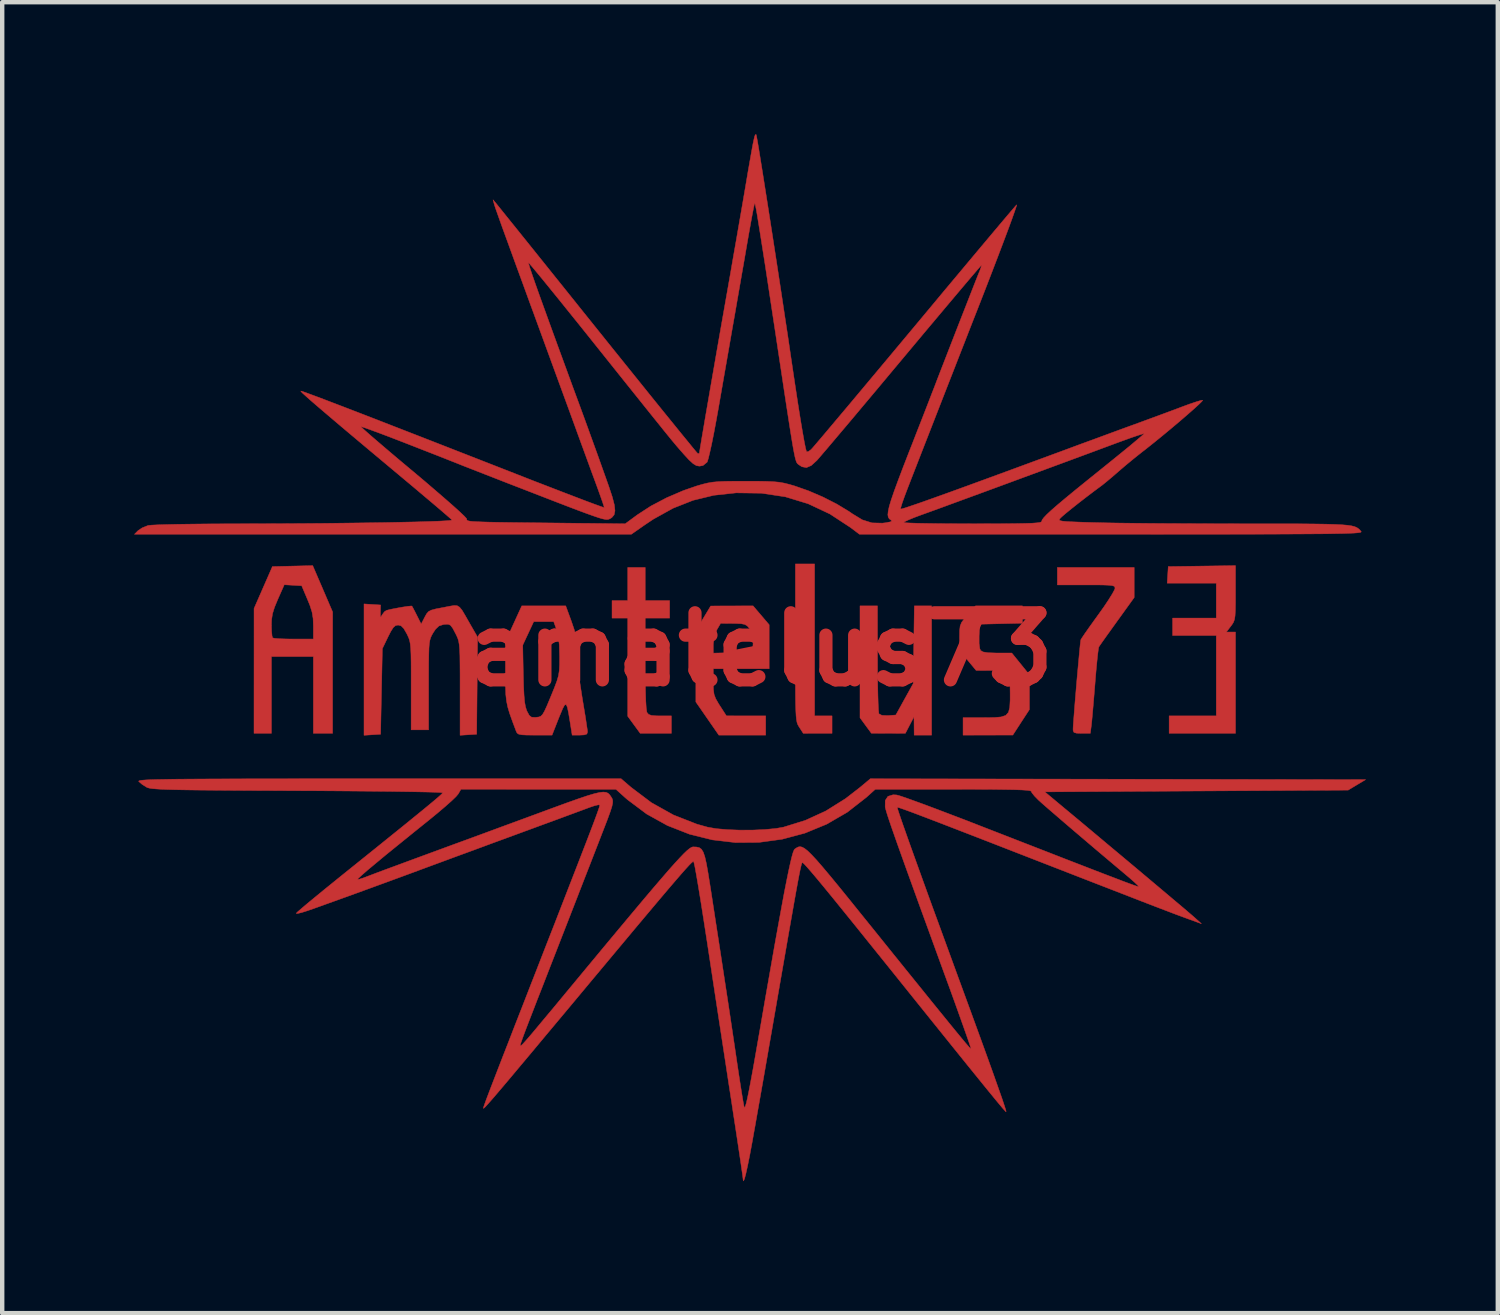
<source format=kicad_pcb>
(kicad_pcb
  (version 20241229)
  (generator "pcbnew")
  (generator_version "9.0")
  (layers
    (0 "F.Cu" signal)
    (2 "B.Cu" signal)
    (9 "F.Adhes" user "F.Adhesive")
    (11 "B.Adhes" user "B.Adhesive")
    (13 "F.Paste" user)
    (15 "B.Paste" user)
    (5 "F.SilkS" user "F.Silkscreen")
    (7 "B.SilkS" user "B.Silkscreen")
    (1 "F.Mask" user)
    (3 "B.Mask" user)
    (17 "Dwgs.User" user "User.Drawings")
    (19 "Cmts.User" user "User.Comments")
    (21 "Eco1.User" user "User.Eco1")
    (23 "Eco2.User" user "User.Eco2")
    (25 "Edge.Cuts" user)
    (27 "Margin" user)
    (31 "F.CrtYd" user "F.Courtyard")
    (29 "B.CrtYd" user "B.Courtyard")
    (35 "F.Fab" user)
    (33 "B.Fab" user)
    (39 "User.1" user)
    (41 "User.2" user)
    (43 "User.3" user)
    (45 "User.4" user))
  (footprint "amatelus73"
    (layer "F.Cu")
    (at 14.231 11.71)
    (property "Reference" "amatelus73" (at 0 0 0) (layer "F.Cu") (effects (font (size 1.524 1.524) (thickness 0.3))))
    (attr through_hole)
    (fp_poly (pts (xy 1.23 1.508) (xy 1.627 1.508) (xy 1.627 1.905) (xy 1.3 1.905) (xy 0.972 1.904) (xy 0.883 1.766) (xy 0.862 1.732) (xy 0.844 1.697) (xy 0.83 1.654) (xy 0.819 1.594) (xy 0.81 1.511) (xy 0.804 1.397) (xy 0.799 1.245) (xy 0.796 1.048) (xy 0.795 0.798) (xy 0.794 0.488) (xy 0.794 0.11) (xy 0.794 -0.158) (xy 0.794 -1.945) (xy 1.23 -1.945) (xy 1.23 1.508)) (stroke (width 0.01) (type solid)) (fill yes) (layer "F.Cu"))
    (fp_poly (pts (xy 10.795 -1.288) (xy 10.795 -1.053) (xy 10.792 -0.884) (xy 10.785 -0.765) (xy 10.772 -0.683) (xy 10.751 -0.623) (xy 10.719 -0.571) (xy 10.691 -0.533) (xy 10.587 -0.397) (xy 10.795 -0.397) (xy 10.795 1.905) (xy 9.287 1.905) (xy 9.287 1.508) (xy 10.358 1.508) (xy 10.358 -0.318) (xy 9.366 -0.318) (xy 9.366 -0.714) (xy 10.358 -0.714) (xy 10.358 -1.508) (xy 9.243 -1.508) (xy 9.255 -1.697) (xy 9.267 -1.885) (xy 10.031 -1.896) (xy 10.795 -1.907) (xy 10.795 -1.288)) (stroke (width 0.01) (type solid)) (fill yes) (layer "F.Cu"))
    (fp_poly (pts (xy -2.619 -1.111) (xy -2.064 -1.111) (xy -2.064 -0.714) (xy -2.619 -0.714) (xy -2.619 0.32) (xy -2.618 0.654) (xy -2.613 0.937) (xy -2.606 1.163) (xy -2.596 1.325) (xy -2.583 1.417) (xy -2.578 1.431) (xy -2.542 1.474) (xy -2.477 1.498) (xy -2.364 1.507) (xy -2.281 1.508) (xy -2.024 1.508) (xy -2.024 1.905) (xy -2.732 1.905) (xy -2.874 1.711) (xy -3.016 1.517) (xy -3.016 -0.714) (xy -3.373 -0.714) (xy -3.373 -1.111) (xy -3.016 -1.111) (xy -3.016 -1.865) (xy -2.619 -1.865) (xy -2.619 -1.111)) (stroke (width 0.01) (type solid)) (fill yes) (layer "F.Cu"))
    (fp_poly (pts (xy 2.66 0.208) (xy 2.661 0.511) (xy 2.664 0.789) (xy 2.669 1.032) (xy 2.675 1.231) (xy 2.682 1.374) (xy 2.69 1.451) (xy 2.693 1.461) (xy 2.76 1.496) (xy 2.893 1.501) (xy 2.901 1.501) (xy 3.076 1.488) (xy 3.273 1.131) (xy 3.471 0.774) (xy 3.484 -0.109) (xy 3.497 -0.992) (xy 3.889 -0.992) (xy 3.889 1.945) (xy 3.493 1.945) (xy 3.491 1.736) (xy 3.489 1.528) (xy 3.391 1.716) (xy 3.293 1.905) (xy 2.906 1.903) (xy 2.52 1.902) (xy 2.262 1.551) (xy 2.262 -0.992) (xy 2.659 -0.992) (xy 2.66 0.208)) (stroke (width 0.01) (type solid)) (fill yes) (layer "F.Cu"))
    (fp_poly (pts (xy -9.948 -1.38) (xy -9.722 -0.853) (xy -9.723 0.526) (xy -9.723 1.905) (xy -10.16 1.905) (xy -10.16 0.159) (xy -11.113 0.159) (xy -11.113 1.905) (xy -11.509 1.905) (xy -11.508 -0.552) (xy -11.113 -0.552) (xy -11.109 -0.415) (xy -11.099 -0.311) (xy -11.086 -0.265) (xy -11.038 -0.254) (xy -10.928 -0.245) (xy -10.772 -0.24) (xy -10.61 -0.238) (xy -10.16 -0.238) (xy -10.16 -0.532) (xy -10.166 -0.705) (xy -10.19 -0.851) (xy -10.239 -1.005) (xy -10.293 -1.137) (xy -10.425 -1.449) (xy -10.821 -1.472) (xy -10.967 -1.143) (xy -11.043 -0.959) (xy -11.088 -0.815) (xy -11.109 -0.679) (xy -11.113 -0.552) (xy -11.508 -0.552) (xy -11.508 -0.933) (xy -11.091 -1.885) (xy -10.633 -1.896) (xy -10.175 -1.907) (xy -9.948 -1.38)) (stroke (width 0.01) (type solid)) (fill yes) (layer "F.Cu"))
    (fp_poly (pts (xy 0.198 -0.563) (xy 0.198 0.437) (xy -1.072 0.437) (xy -1.072 0.741) (xy -1.069 0.903) (xy -1.054 1.018) (xy -1.018 1.116) (xy -0.953 1.229) (xy -0.923 1.276) (xy -0.774 1.507) (xy -0.327 1.508) (xy 0.119 1.508) (xy 0.119 1.945) (xy -0.946 1.945) (xy -1.207 1.568) (xy -1.468 1.191) (xy -1.468 -0.115) (xy -1.072 -0.115) (xy -1.072 0.082) (xy -0.179 0.06) (xy -0.167 -0.15) (xy -0.167 -0.293) (xy -0.193 -0.392) (xy -0.246 -0.475) (xy -0.3 -0.536) (xy -0.357 -0.571) (xy -0.441 -0.587) (xy -0.575 -0.593) (xy -0.621 -0.593) (xy -0.905 -0.595) (xy -0.988 -0.454) (xy -1.059 -0.26) (xy -1.072 -0.115) (xy -1.468 -0.115) (xy -1.468 -0.428) (xy -1.3 -0.708) (xy -1.131 -0.989) (xy -0.168 -0.992) (xy 0.198 -0.563)) (stroke (width 0.01) (type solid)) (fill yes) (layer "F.Cu"))
    (fp_poly (pts (xy 5.953 -0.598) (xy 5.467 -0.587) (xy 4.981 -0.575) (xy 4.969 -0.304) (xy 4.969 -0.137) (xy 4.985 -0.019) (xy 5.004 0.023) (xy 5.06 0.055) (xy 5.173 0.073) (xy 5.353 0.079) (xy 5.381 0.079) (xy 5.711 0.079) (xy 5.912 0.327) (xy 6.112 0.574) (xy 6.112 1.364) (xy 5.923 1.654) (xy 5.735 1.944) (xy 4.604 1.945) (xy 4.604 1.548) (xy 5.078 1.548) (xy 5.307 1.546) (xy 5.468 1.532) (xy 5.574 1.497) (xy 5.636 1.428) (xy 5.665 1.315) (xy 5.674 1.147) (xy 5.674 0.993) (xy 5.671 0.783) (xy 5.655 0.639) (xy 5.616 0.549) (xy 5.542 0.5) (xy 5.424 0.48) (xy 5.251 0.476) (xy 5.234 0.476) (xy 4.901 0.475) (xy 4.713 0.248) (xy 4.617 0.13) (xy 4.561 0.043) (xy 4.534 -0.043) (xy 4.525 -0.157) (xy 4.524 -0.278) (xy 4.526 -0.432) (xy 4.538 -0.534) (xy 4.57 -0.615) (xy 4.633 -0.7) (xy 4.706 -0.785) (xy 4.888 -0.992) (xy 5.953 -0.992) (xy 5.953 -0.598)) (stroke (width 0.01) (type solid)) (fill yes) (layer "F.Cu"))
    (fp_poly (pts (xy 8.493 -1.182) (xy 8.103 -0.641) (xy 7.972 -0.459) (xy 7.856 -0.297) (xy 7.765 -0.169) (xy 7.707 -0.085) (xy 7.689 -0.058) (xy 7.679 -0.007) (xy 7.664 0.11) (xy 7.646 0.281) (xy 7.626 0.493) (xy 7.606 0.733) (xy 7.603 0.775) (xy 7.582 1.03) (xy 7.562 1.269) (xy 7.544 1.475) (xy 7.529 1.635) (xy 7.519 1.732) (xy 7.518 1.736) (xy 7.496 1.905) (xy 7.3 1.905) (xy 7.183 1.901) (xy 7.125 1.884) (xy 7.106 1.844) (xy 7.104 1.812) (xy 7.107 1.739) (xy 7.117 1.603) (xy 7.131 1.42) (xy 7.148 1.202) (xy 7.168 0.962) (xy 7.189 0.713) (xy 7.211 0.469) (xy 7.232 0.242) (xy 7.25 0.047) (xy 7.265 -0.105) (xy 7.276 -0.198) (xy 7.28 -0.222) (xy 7.308 -0.268) (xy 7.374 -0.366) (xy 7.471 -0.504) (xy 7.59 -0.67) (xy 7.676 -0.789) (xy 7.805 -0.97) (xy 7.915 -1.135) (xy 7.998 -1.269) (xy 8.047 -1.36) (xy 8.057 -1.39) (xy 8.053 -1.419) (xy 8.034 -1.44) (xy 7.988 -1.454) (xy 7.905 -1.462) (xy 7.774 -1.467) (xy 7.582 -1.468) (xy 7.402 -1.468) (xy 6.747 -1.468) (xy 6.747 -1.865) (xy 8.493 -1.865) (xy 8.493 -1.182)) (stroke (width 0.01) (type solid)) (fill yes) (layer "F.Cu"))
    (fp_poly (pts (xy -4.925 -0.992) (xy -4.425 -0.992) (xy -4.296 -0.64) (xy -4.23 -0.446) (xy -4.19 -0.287) (xy -4.172 -0.128) (xy -4.167 0.064) (xy -4.159 0.248) (xy -4.136 0.49) (xy -4.101 0.768) (xy -4.056 1.061) (xy -4.048 1.111) (xy -4.01 1.341) (xy -3.976 1.546) (xy -3.951 1.714) (xy -3.934 1.829) (xy -3.93 1.875) (xy -3.945 1.92) (xy -4.005 1.94) (xy -4.104 1.945) (xy -4.279 1.945) (xy -4.325 1.657) (xy -4.36 1.446) (xy -4.388 1.311) (xy -4.416 1.25) (xy -4.45 1.261) (xy -4.494 1.342) (xy -4.556 1.49) (xy -4.584 1.559) (xy -4.736 1.945) (xy -5.127 1.945) (xy -5.307 1.944) (xy -5.423 1.938) (xy -5.492 1.924) (xy -5.529 1.9) (xy -5.55 1.861) (xy -5.552 1.855) (xy -5.638 1.626) (xy -5.701 1.448) (xy -5.744 1.303) (xy -5.771 1.168) (xy -5.787 1.025) (xy -5.793 0.852) (xy -5.795 0.629) (xy -5.795 0.504) (xy -5.795 -0.1) (xy -5.402 -0.1) (xy -5.389 0.575) (xy -5.382 0.842) (xy -5.372 1.043) (xy -5.359 1.191) (xy -5.34 1.298) (xy -5.315 1.379) (xy -5.306 1.401) (xy -5.254 1.497) (xy -5.201 1.538) (xy -5.117 1.542) (xy -5.095 1.54) (xy -5.036 1.533) (xy -4.991 1.515) (xy -4.951 1.475) (xy -4.907 1.399) (xy -4.851 1.277) (xy -4.775 1.095) (xy -4.759 1.056) (xy -4.679 0.86) (xy -4.624 0.713) (xy -4.59 0.595) (xy -4.572 0.481) (xy -4.565 0.349) (xy -4.564 0.176) (xy -4.564 0.163) (xy -4.571 -0.098) (xy -4.593 -0.296) (xy -4.631 -0.446) (xy -4.699 -0.635) (xy -5.152 -0.635) (xy -5.402 -0.1) (xy -5.795 -0.1) (xy -5.795 -0.179) (xy -5.61 -0.585) (xy -5.424 -0.992) (xy -4.925 -0.992)) (stroke (width 0.01) (type solid)) (fill yes) (layer "F.Cu"))
    (fp_poly (pts (xy -8.821 -1.024) (xy -8.632 -1.012) (xy -8.637 -0.853) (xy -8.637 -0.759) (xy -8.628 -0.736) (xy -8.605 -0.775) (xy -8.601 -0.783) (xy -8.545 -0.859) (xy -8.497 -0.89) (xy -8.4 -0.914) (xy -8.273 -0.939) (xy -8.138 -0.963) (xy -8.019 -0.981) (xy -7.94 -0.989) (xy -7.921 -0.988) (xy -7.897 -0.947) (xy -7.85 -0.857) (xy -7.809 -0.776) (xy -7.71 -0.579) (xy -7.629 -0.736) (xy -7.587 -0.812) (xy -7.544 -0.862) (xy -7.48 -0.895) (xy -7.377 -0.923) (xy -7.215 -0.954) (xy -7.204 -0.956) (xy -7.063 -0.984) (xy -6.964 -1) (xy -6.893 -0.996) (xy -6.836 -0.961) (xy -6.778 -0.889) (xy -6.707 -0.769) (xy -6.607 -0.593) (xy -6.592 -0.567) (xy -6.428 -0.282) (xy -6.449 1.925) (xy -6.638 1.937) (xy -6.826 1.949) (xy -6.826 0.894) (xy -6.826 0.577) (xy -6.828 0.329) (xy -6.83 0.139) (xy -6.836 -0.003) (xy -6.845 -0.108) (xy -6.858 -0.186) (xy -6.876 -0.248) (xy -6.9 -0.305) (xy -6.925 -0.356) (xy -6.991 -0.481) (xy -7.042 -0.55) (xy -7.096 -0.575) (xy -7.174 -0.572) (xy -7.212 -0.566) (xy -7.307 -0.535) (xy -7.385 -0.46) (xy -7.44 -0.376) (xy -7.471 -0.322) (xy -7.494 -0.271) (xy -7.512 -0.212) (xy -7.525 -0.135) (xy -7.533 -0.028) (xy -7.537 0.118) (xy -7.54 0.314) (xy -7.541 0.571) (xy -7.541 0.811) (xy -7.541 1.826) (xy -7.938 1.826) (xy -7.938 0.832) (xy -7.938 0.526) (xy -7.939 0.288) (xy -7.942 0.107) (xy -7.948 -0.028) (xy -7.958 -0.127) (xy -7.972 -0.201) (xy -7.992 -0.263) (xy -8.019 -0.322) (xy -8.037 -0.359) (xy -8.106 -0.478) (xy -8.166 -0.538) (xy -8.233 -0.556) (xy -8.235 -0.556) (xy -8.293 -0.544) (xy -8.344 -0.5) (xy -8.402 -0.408) (xy -8.463 -0.288) (xy -8.592 -0.02) (xy -8.612 0.953) (xy -8.632 1.925) (xy -8.821 1.937) (xy -9.009 1.949) (xy -9.009 -1.036) (xy -8.821 -1.024)) (stroke (width 0.01) (type solid)) (fill yes) (layer "F.Cu"))
    (fp_poly (pts (xy 8.124 2.947) (xy 13.752 2.957) (xy 13.553 3.076) (xy 13.355 3.195) (xy 9.909 3.215) (xy 6.462 3.235) (xy 6.914 3.612) (xy 7.246 3.888) (xy 7.582 4.169) (xy 7.917 4.45) (xy 8.245 4.724) (xy 8.56 4.988) (xy 8.855 5.236) (xy 9.125 5.463) (xy 9.362 5.663) (xy 9.562 5.831) (xy 9.717 5.963) (xy 9.822 6.053) (xy 9.862 6.088) (xy 10.021 6.231) (xy 9.704 6.116) (xy 9.585 6.072) (xy 9.425 6.013) (xy 9.221 5.935) (xy 8.967 5.838) (xy 8.661 5.72) (xy 8.298 5.579) (xy 7.873 5.414) (xy 7.383 5.224) (xy 6.823 5.006) (xy 6.787 4.992) (xy 6.167 4.751) (xy 5.617 4.537) (xy 5.134 4.349) (xy 4.713 4.186) (xy 4.351 4.046) (xy 4.043 3.927) (xy 3.787 3.829) (xy 3.579 3.75) (xy 3.414 3.688) (xy 3.288 3.642) (xy 3.199 3.611) (xy 3.142 3.592) (xy 3.113 3.586) (xy 3.108 3.586) (xy 3.118 3.627) (xy 3.154 3.738) (xy 3.216 3.919) (xy 3.302 4.164) (xy 3.411 4.471) (xy 3.543 4.838) (xy 3.695 5.26) (xy 3.867 5.736) (xy 4.059 6.261) (xy 4.268 6.833) (xy 4.493 7.449) (xy 4.563 7.64) (xy 4.785 8.246) (xy 4.98 8.781) (xy 5.148 9.244) (xy 5.289 9.636) (xy 5.402 9.956) (xy 5.489 10.203) (xy 5.547 10.377) (xy 5.578 10.477) (xy 5.582 10.504) (xy 5.572 10.498) (xy 5.546 10.47) (xy 5.5 10.419) (xy 5.434 10.34) (xy 5.344 10.232) (xy 5.228 10.09) (xy 5.083 9.912) (xy 4.907 9.695) (xy 4.697 9.436) (xy 4.452 9.132) (xy 4.168 8.779) (xy 3.843 8.375) (xy 3.474 7.916) (xy 3.06 7.4) (xy 2.838 7.124) (xy 2.47 6.667) (xy 2.15 6.269) (xy 1.873 5.927) (xy 1.639 5.638) (xy 1.443 5.399) (xy 1.284 5.207) (xy 1.159 5.059) (xy 1.066 4.952) (xy 1.002 4.882) (xy 0.964 4.847) (xy 0.953 4.842) (xy 0.945 4.849) (xy 0.934 4.874) (xy 0.921 4.924) (xy 0.903 5.003) (xy 0.88 5.117) (xy 0.85 5.273) (xy 0.813 5.476) (xy 0.767 5.732) (xy 0.712 6.047) (xy 0.645 6.426) (xy 0.567 6.875) (xy 0.534 7.064) (xy 0.429 7.668) (xy 0.337 8.2) (xy 0.256 8.666) (xy 0.185 9.074) (xy 0.123 9.431) (xy 0.069 9.741) (xy 0.021 10.013) (xy -0.021 10.252) (xy -0.059 10.466) (xy -0.093 10.66) (xy -0.125 10.842) (xy -0.157 11.017) (xy -0.184 11.172) (xy -0.242 11.484) (xy -0.292 11.733) (xy -0.333 11.917) (xy -0.364 12.032) (xy -0.385 12.076) (xy -0.395 12.045) (xy -0.396 12.029) (xy -0.402 11.979) (xy -0.419 11.859) (xy -0.445 11.678) (xy -0.48 11.443) (xy -0.522 11.163) (xy -0.57 10.847) (xy -0.623 10.503) (xy -0.653 10.303) (xy -0.72 9.87) (xy -0.792 9.396) (xy -0.868 8.9) (xy -0.944 8.404) (xy -1.017 7.928) (xy -1.083 7.493) (xy -1.13 7.183) (xy -1.216 6.618) (xy -1.292 6.128) (xy -1.357 5.716) (xy -1.412 5.38) (xy -1.456 5.123) (xy -1.489 4.942) (xy -1.512 4.84) (xy -1.521 4.816) (xy -1.535 4.82) (xy -1.567 4.847) (xy -1.619 4.899) (xy -1.694 4.981) (xy -1.795 5.095) (xy -1.924 5.244) (xy -2.085 5.432) (xy -2.28 5.662) (xy -2.512 5.938) (xy -2.784 6.261) (xy -3.098 6.637) (xy -3.457 7.067) (xy -3.853 7.541) (xy -4.262 8.032) (xy -4.624 8.465) (xy -4.941 8.844) (xy -5.215 9.173) (xy -5.451 9.454) (xy -5.65 9.692) (xy -5.816 9.889) (xy -5.952 10.049) (xy -6.06 10.176) (xy -6.144 10.272) (xy -6.206 10.342) (xy -6.249 10.389) (xy -6.277 10.416) (xy -6.291 10.426) (xy -6.295 10.426) (xy -6.296 10.419) (xy -6.292 10.4) (xy -6.28 10.365) (xy -6.26 10.308) (xy -6.23 10.225) (xy -6.187 10.112) (xy -6.131 9.964) (xy -6.058 9.775) (xy -5.968 9.542) (xy -5.859 9.26) (xy -5.728 8.925) (xy -5.575 8.53) (xy -5.396 8.073) (xy -5.192 7.548) (xy -5.119 7.362) (xy -4.879 6.745) (xy -4.665 6.199) (xy -4.478 5.717) (xy -4.315 5.297) (xy -4.174 4.935) (xy -4.054 4.625) (xy -3.953 4.364) (xy -3.87 4.148) (xy -3.803 3.972) (xy -3.751 3.833) (xy -3.712 3.726) (xy -3.684 3.647) (xy -3.665 3.592) (xy -3.655 3.556) (xy -3.651 3.536) (xy -3.651 3.533) (xy -3.685 3.529) (xy -3.773 3.55) (xy -3.897 3.592) (xy -3.899 3.593) (xy -3.998 3.63) (xy -4.16 3.69) (xy -4.374 3.769) (xy -4.628 3.863) (xy -4.912 3.967) (xy -5.213 4.078) (xy -5.358 4.131) (xy -5.717 4.263) (xy -6.11 4.407) (xy -6.515 4.557) (xy -6.911 4.702) (xy -7.276 4.837) (xy -7.58 4.949) (xy -8.004 5.106) (xy -8.426 5.261) (xy -8.836 5.411) (xy -9.223 5.552) (xy -9.577 5.68) (xy -9.886 5.791) (xy -10.139 5.882) (xy -10.292 5.935) (xy -10.421 5.976) (xy -10.513 5.998) (xy -10.55 5.996) (xy -10.55 5.994) (xy -10.517 5.961) (xy -10.429 5.885) (xy -10.295 5.771) (xy -10.12 5.627) (xy -9.914 5.458) (xy -9.683 5.271) (xy -9.625 5.224) (xy -9.156 5.224) (xy -9.114 5.219) (xy -9.022 5.19) (xy -8.946 5.161) (xy -8.864 5.13) (xy -8.717 5.074) (xy -8.516 4.999) (xy -8.269 4.908) (xy -7.988 4.804) (xy -7.681 4.691) (xy -7.382 4.581) (xy -7.018 4.447) (xy -6.632 4.306) (xy -6.243 4.163) (xy -5.867 4.024) (xy -5.521 3.897) (xy -5.225 3.788) (xy -5.1 3.742) (xy -4.715 3.6) (xy -4.398 3.484) (xy -4.141 3.393) (xy -3.937 3.324) (xy -3.779 3.277) (xy -3.66 3.249) (xy -3.572 3.239) (xy -3.509 3.245) (xy -3.463 3.266) (xy -3.427 3.3) (xy -3.395 3.346) (xy -3.393 3.349) (xy -3.369 3.39) (xy -3.357 3.434) (xy -3.359 3.491) (xy -3.377 3.574) (xy -3.416 3.693) (xy -3.476 3.858) (xy -3.562 4.081) (xy -3.611 4.207) (xy -3.692 4.416) (xy -3.793 4.676) (xy -3.906 4.967) (xy -4.022 5.264) (xy -4.132 5.547) (xy -4.135 5.556) (xy -4.253 5.859) (xy -4.389 6.208) (xy -4.531 6.572) (xy -4.668 6.924) (xy -4.785 7.223) (xy -4.944 7.633) (xy -5.078 7.974) (xy -5.186 8.254) (xy -5.273 8.478) (xy -5.34 8.653) (xy -5.389 8.784) (xy -5.423 8.879) (xy -5.445 8.941) (xy -5.456 8.979) (xy -5.458 8.998) (xy -5.457 9.003) (xy -5.448 9.004) (xy -5.43 8.992) (xy -5.4 8.963) (xy -5.351 8.91) (xy -5.279 8.828) (xy -5.18 8.712) (xy -5.05 8.556) (xy -4.883 8.356) (xy -4.674 8.106) (xy -4.421 7.8) (xy -4.4 7.775) (xy -3.964 7.249) (xy -3.576 6.781) (xy -3.232 6.368) (xy -2.929 6.006) (xy -2.666 5.692) (xy -2.439 5.424) (xy -2.244 5.197) (xy -2.081 5.008) (xy -1.944 4.854) (xy -1.832 4.733) (xy -1.742 4.639) (xy -1.671 4.571) (xy -1.615 4.525) (xy -1.573 4.498) (xy -1.541 4.486) (xy -1.528 4.485) (xy -1.451 4.488) (xy -1.389 4.503) (xy -1.34 4.539) (xy -1.299 4.606) (xy -1.263 4.713) (xy -1.228 4.868) (xy -1.19 5.082) (xy -1.145 5.363) (xy -1.133 5.437) (xy -1.013 6.218) (xy -0.904 6.924) (xy -0.807 7.561) (xy -0.72 8.13) (xy -0.644 8.638) (xy -0.577 9.087) (xy -0.533 9.386) (xy -0.493 9.654) (xy -0.455 9.898) (xy -0.422 10.107) (xy -0.395 10.267) (xy -0.376 10.369) (xy -0.369 10.398) (xy -0.358 10.405) (xy -0.343 10.377) (xy -0.322 10.309) (xy -0.296 10.195) (xy -0.262 10.03) (xy -0.22 9.81) (xy -0.168 9.529) (xy -0.107 9.182) (xy -0.034 8.764) (xy 0.003 8.553) (xy 0.12 7.875) (xy 0.226 7.272) (xy 0.319 6.74) (xy 0.403 6.275) (xy 0.476 5.875) (xy 0.539 5.534) (xy 0.595 5.25) (xy 0.642 5.02) (xy 0.682 4.838) (xy 0.715 4.703) (xy 0.742 4.609) (xy 0.765 4.554) (xy 0.778 4.536) (xy 0.82 4.507) (xy 0.859 4.487) (xy 0.9 4.48) (xy 0.946 4.49) (xy 1.003 4.521) (xy 1.074 4.577) (xy 1.163 4.664) (xy 1.274 4.783) (xy 1.411 4.941) (xy 1.579 5.141) (xy 1.781 5.386) (xy 2.021 5.682) (xy 2.304 6.033) (xy 2.56 6.35) (xy 2.956 6.842) (xy 3.306 7.276) (xy 3.611 7.653) (xy 3.874 7.979) (xy 4.098 8.255) (xy 4.285 8.485) (xy 4.438 8.672) (xy 4.56 8.82) (xy 4.652 8.931) (xy 4.719 9.009) (xy 4.761 9.056) (xy 4.783 9.077) (xy 4.786 9.078) (xy 4.776 9.039) (xy 4.741 8.934) (xy 4.684 8.77) (xy 4.608 8.555) (xy 4.516 8.297) (xy 4.411 8.004) (xy 4.295 7.683) (xy 4.242 7.539) (xy 4.01 6.903) (xy 3.805 6.338) (xy 3.623 5.839) (xy 3.465 5.402) (xy 3.328 5.023) (xy 3.212 4.699) (xy 3.114 4.425) (xy 3.034 4.197) (xy 2.969 4.011) (xy 2.919 3.863) (xy 2.881 3.748) (xy 2.856 3.664) (xy 2.84 3.605) (xy 2.834 3.576) (xy 2.836 3.43) (xy 2.897 3.337) (xy 3.013 3.301) (xy 3.095 3.305) (xy 3.161 3.323) (xy 3.293 3.367) (xy 3.482 3.435) (xy 3.721 3.522) (xy 4.001 3.627) (xy 4.314 3.746) (xy 4.653 3.875) (xy 4.943 3.988) (xy 5.55 4.224) (xy 6.087 4.433) (xy 6.558 4.616) (xy 6.968 4.776) (xy 7.32 4.912) (xy 7.619 5.028) (xy 7.869 5.124) (xy 8.074 5.202) (xy 8.238 5.265) (xy 8.365 5.312) (xy 8.46 5.347) (xy 8.526 5.37) (xy 8.568 5.383) (xy 8.59 5.388) (xy 8.596 5.388) (xy 8.573 5.358) (xy 8.502 5.29) (xy 8.393 5.194) (xy 8.303 5.118) (xy 8.095 4.943) (xy 7.865 4.749) (xy 7.621 4.543) (xy 7.373 4.332) (xy 7.131 4.126) (xy 6.903 3.931) (xy 6.699 3.755) (xy 6.527 3.607) (xy 6.398 3.494) (xy 6.321 3.424) (xy 6.32 3.424) (xy 6.229 3.331) (xy 6.168 3.255) (xy 6.152 3.221) (xy 6.129 3.209) (xy 6.06 3.199) (xy 5.938 3.191) (xy 5.76 3.185) (xy 5.521 3.181) (xy 5.217 3.177) (xy 4.842 3.176) (xy 4.393 3.175) (xy 2.611 3.175) (xy 2.407 3.359) (xy 1.974 3.697) (xy 1.505 3.969) (xy 1.009 4.173) (xy 0.493 4.311) (xy -0.035 4.383) (xy -0.567 4.387) (xy -1.096 4.325) (xy -1.614 4.196) (xy -2.114 4) (xy -2.586 3.738) (xy -3.025 3.409) (xy -3.082 3.359) (xy -3.286 3.175) (xy -5.046 3.175) (xy -6.806 3.176) (xy -6.869 3.284) (xy -6.919 3.343) (xy -7.021 3.441) (xy -7.163 3.567) (xy -7.335 3.713) (xy -7.524 3.868) (xy -7.898 4.169) (xy -8.229 4.437) (xy -8.515 4.669) (xy -8.751 4.865) (xy -8.937 5.02) (xy -9.067 5.134) (xy -9.141 5.202) (xy -9.156 5.224) (xy -9.625 5.224) (xy -9.545 5.159) (xy -9.105 4.805) (xy -8.723 4.498) (xy -8.396 4.234) (xy -8.118 4.01) (xy -7.887 3.822) (xy -7.698 3.668) (xy -7.547 3.544) (xy -7.43 3.447) (xy -7.344 3.374) (xy -7.284 3.321) (xy -7.246 3.286) (xy -7.228 3.264) (xy -7.223 3.255) (xy -7.262 3.25) (xy -7.374 3.244) (xy -7.554 3.239) (xy -7.796 3.234) (xy -8.094 3.229) (xy -8.442 3.224) (xy -8.835 3.22) (xy -9.266 3.216) (xy -9.73 3.212) (xy -10.221 3.209) (xy -10.527 3.208) (xy -11.12 3.205) (xy -11.639 3.203) (xy -12.089 3.2) (xy -12.475 3.197) (xy -12.802 3.194) (xy -13.075 3.19) (xy -13.3 3.186) (xy -13.482 3.181) (xy -13.625 3.175) (xy -13.735 3.168) (xy -13.817 3.161) (xy -13.877 3.152) (xy -13.919 3.142) (xy -13.948 3.13) (xy -13.953 3.127) (xy -14.052 3.064) (xy -14.125 3.001) (xy -14.127 2.999) (xy -14.129 2.99) (xy -14.117 2.982) (xy -14.088 2.975) (xy -14.038 2.969) (xy -13.963 2.963) (xy -13.859 2.958) (xy -13.723 2.954) (xy -13.551 2.951) (xy -13.338 2.947) (xy -13.082 2.945) (xy -12.778 2.943) (xy -12.423 2.941) (xy -12.012 2.94) (xy -11.543 2.938) (xy -11.011 2.938) (xy -10.412 2.937) (xy -9.743 2.937) (xy -9 2.937) (xy -8.672 2.937) (xy -3.166 2.937) (xy -2.942 3.13) (xy -2.478 3.48) (xy -1.977 3.76) (xy -1.443 3.969) (xy -1.2 4.037) (xy -1.005 4.071) (xy -0.753 4.093) (xy -0.469 4.104) (xy -0.174 4.103) (xy 0.108 4.09) (xy 0.356 4.066) (xy 0.525 4.036) (xy 1.02 3.882) (xy 1.485 3.669) (xy 1.932 3.389) (xy 2.251 3.142) (xy 2.497 2.937) (xy 8.124 2.947)) (stroke (width 0.01) (type solid)) (fill yes) (layer "F.Cu"))
    (fp_poly (pts (xy -0.097 -11.699) (xy -0.088 -11.657) (xy -0.067 -11.544) (xy -0.037 -11.366) (xy 0.001 -11.13) (xy 0.047 -10.844) (xy 0.099 -10.515) (xy 0.157 -10.148) (xy 0.219 -9.752) (xy 0.284 -9.334) (xy 0.351 -8.9) (xy 0.419 -8.457) (xy 0.487 -8.012) (xy 0.553 -7.573) (xy 0.618 -7.146) (xy 0.678 -6.738) (xy 0.712 -6.509) (xy 0.784 -6.028) (xy 0.848 -5.607) (xy 0.905 -5.248) (xy 0.954 -4.955) (xy 0.994 -4.731) (xy 1.024 -4.579) (xy 1.045 -4.502) (xy 1.05 -4.493) (xy 1.091 -4.5) (xy 1.149 -4.543) (xy 1.186 -4.583) (xy 1.269 -4.68) (xy 1.396 -4.829) (xy 1.562 -5.026) (xy 1.764 -5.266) (xy 1.999 -5.545) (xy 2.261 -5.858) (xy 2.548 -6.201) (xy 2.856 -6.569) (xy 3.181 -6.958) (xy 3.52 -7.364) (xy 3.52 -7.364) (xy 3.857 -7.768) (xy 4.178 -8.154) (xy 4.482 -8.517) (xy 4.764 -8.854) (xy 5.02 -9.16) (xy 5.247 -9.43) (xy 5.442 -9.662) (xy 5.6 -9.849) (xy 5.719 -9.989) (xy 5.794 -10.076) (xy 5.822 -10.106) (xy 5.822 -10.106) (xy 5.813 -10.065) (xy 5.776 -9.955) (xy 5.715 -9.783) (xy 5.631 -9.554) (xy 5.525 -9.272) (xy 5.401 -8.945) (xy 5.26 -8.577) (xy 5.104 -8.173) (xy 4.935 -7.74) (xy 4.802 -7.402) (xy 4.732 -7.223) (xy 4.638 -6.981) (xy 4.523 -6.688) (xy 4.393 -6.354) (xy 4.251 -5.992) (xy 4.103 -5.612) (xy 3.952 -5.225) (xy 3.803 -4.843) (xy 3.66 -4.477) (xy 3.528 -4.138) (xy 3.411 -3.838) (xy 3.334 -3.639) (xy 3.27 -3.469) (xy 3.22 -3.328) (xy 3.19 -3.23) (xy 3.184 -3.193) (xy 3.218 -3.198) (xy 3.309 -3.225) (xy 3.46 -3.276) (xy 3.672 -3.349) (xy 3.947 -3.447) (xy 4.287 -3.569) (xy 4.692 -3.716) (xy 5.165 -3.889) (xy 5.707 -4.088) (xy 6.321 -4.314) (xy 6.945 -4.544) (xy 7.249 -4.657) (xy 7.572 -4.775) (xy 7.892 -4.893) (xy 8.188 -5.002) (xy 8.438 -5.093) (xy 8.513 -5.12) (xy 8.766 -5.213) (xy 9.033 -5.311) (xy 9.289 -5.406) (xy 9.506 -5.487) (xy 9.58 -5.515) (xy 9.753 -5.579) (xy 9.9 -5.628) (xy 10.004 -5.659) (xy 10.049 -5.666) (xy 10.031 -5.638) (xy 9.961 -5.569) (xy 9.847 -5.465) (xy 9.698 -5.334) (xy 9.524 -5.184) (xy 9.333 -5.023) (xy 9.134 -4.858) (xy 8.937 -4.698) (xy 8.75 -4.549) (xy 8.672 -4.489) (xy 8.5 -4.352) (xy 8.309 -4.195) (xy 8.138 -4.049) (xy 8.127 -4.039) (xy 7.99 -3.92) (xy 7.862 -3.813) (xy 7.763 -3.733) (xy 7.741 -3.717) (xy 7.587 -3.603) (xy 7.417 -3.474) (xy 7.245 -3.341) (xy 7.085 -3.214) (xy 6.949 -3.104) (xy 6.854 -3.023) (xy 6.816 -2.987) (xy 6.796 -2.962) (xy 6.791 -2.943) (xy 6.812 -2.928) (xy 6.866 -2.917) (xy 6.962 -2.908) (xy 7.111 -2.901) (xy 7.319 -2.893) (xy 7.596 -2.885) (xy 7.646 -2.884) (xy 7.855 -2.879) (xy 8.132 -2.874) (xy 8.468 -2.87) (xy 8.851 -2.866) (xy 9.271 -2.863) (xy 9.718 -2.861) (xy 10.179 -2.859) (xy 10.646 -2.858) (xy 10.962 -2.857) (xy 11.474 -2.857) (xy 11.912 -2.857) (xy 12.283 -2.856) (xy 12.592 -2.853) (xy 12.847 -2.849) (xy 13.052 -2.843) (xy 13.214 -2.835) (xy 13.34 -2.824) (xy 13.434 -2.81) (xy 13.504 -2.792) (xy 13.554 -2.77) (xy 13.592 -2.744) (xy 13.624 -2.713) (xy 13.65 -2.682) (xy 13.652 -2.673) (xy 13.641 -2.665) (xy 13.612 -2.658) (xy 13.562 -2.652) (xy 13.488 -2.646) (xy 13.385 -2.642) (xy 13.251 -2.637) (xy 13.08 -2.634) (xy 12.871 -2.63) (xy 12.618 -2.628) (xy 12.318 -2.626) (xy 11.967 -2.624) (xy 11.563 -2.622) (xy 11.1 -2.621) (xy 10.576 -2.62) (xy 9.986 -2.62) (xy 9.328 -2.62) (xy 8.596 -2.619) (xy 7.976 -2.619) (xy 2.25 -2.619) (xy 2.048 -2.772) (xy 1.578 -3.08) (xy 1.085 -3.312) (xy 0.567 -3.47) (xy 0.023 -3.552) (xy -0.548 -3.56) (xy -0.552 -3.56) (xy -1.06 -3.505) (xy -1.533 -3.39) (xy -1.986 -3.211) (xy -2.435 -2.962) (xy -2.628 -2.833) (xy -2.934 -2.619) (xy -14.226 -2.619) (xy -14.144 -2.702) (xy -14.05 -2.765) (xy -13.926 -2.815) (xy -13.907 -2.82) (xy -13.835 -2.827) (xy -13.694 -2.834) (xy -13.49 -2.84) (xy -13.234 -2.846) (xy -12.933 -2.85) (xy -12.597 -2.854) (xy -12.235 -2.856) (xy -11.946 -2.857) (xy -11.424 -2.858) (xy -10.904 -2.86) (xy -10.392 -2.863) (xy -9.895 -2.867) (xy -9.417 -2.873) (xy -8.966 -2.879) (xy -8.546 -2.885) (xy -8.165 -2.893) (xy -7.827 -2.9) (xy -7.54 -2.909) (xy -7.308 -2.917) (xy -7.139 -2.926) (xy -7.037 -2.935) (xy -7.009 -2.943) (xy -7.043 -2.975) (xy -7.131 -3.052) (xy -7.266 -3.168) (xy -7.441 -3.317) (xy -7.649 -3.492) (xy -7.882 -3.689) (xy -8.108 -3.878) (xy -8.573 -4.267) (xy -8.979 -4.607) (xy -9.329 -4.901) (xy -9.522 -5.064) (xy -9.078 -5.064) (xy -9.052 -5.036) (xy -8.971 -4.963) (xy -8.843 -4.85) (xy -8.672 -4.703) (xy -8.466 -4.527) (xy -8.231 -4.328) (xy -7.973 -4.112) (xy -7.895 -4.047) (xy -7.63 -3.824) (xy -7.385 -3.614) (xy -7.165 -3.424) (xy -6.978 -3.26) (xy -6.831 -3.127) (xy -6.729 -3.03) (xy -6.681 -2.978) (xy -6.678 -2.972) (xy -6.675 -2.957) (xy -6.672 -2.945) (xy -6.662 -2.934) (xy -6.641 -2.925) (xy -6.602 -2.917) (xy -6.541 -2.91) (xy -6.451 -2.905) (xy -6.327 -2.9) (xy -6.164 -2.895) (xy -5.957 -2.891) (xy -5.698 -2.887) (xy -5.384 -2.883) (xy -5.009 -2.879) (xy -4.566 -2.874) (xy -4.051 -2.868) (xy -3.908 -2.867) (xy -3.074 -2.857) (xy -2.797 -3.061) (xy -2.489 -3.261) (xy -2.131 -3.449) (xy -1.75 -3.613) (xy -1.449 -3.717) (xy -1.318 -3.755) (xy -1.204 -3.783) (xy -1.09 -3.803) (xy -0.961 -3.815) (xy -0.8 -3.822) (xy -0.592 -3.825) (xy -0.337 -3.825) (xy -0.069 -3.825) (xy 0.137 -3.821) (xy 0.296 -3.814) (xy 0.424 -3.802) (xy 0.537 -3.782) (xy 0.653 -3.753) (xy 0.774 -3.718) (xy 1.091 -3.607) (xy 1.421 -3.465) (xy 1.735 -3.305) (xy 2.008 -3.14) (xy 2.089 -3.084) (xy 2.314 -2.947) (xy 2.533 -2.878) (xy 2.77 -2.872) (xy 2.849 -2.881) (xy 2.881 -2.887) (xy 3.255 -2.887) (xy 3.293 -2.881) (xy 3.402 -2.875) (xy 3.574 -2.869) (xy 3.799 -2.865) (xy 4.07 -2.861) (xy 4.379 -2.859) (xy 4.716 -2.858) (xy 4.822 -2.857) (xy 5.225 -2.858) (xy 5.556 -2.859) (xy 5.82 -2.862) (xy 6.025 -2.866) (xy 6.177 -2.871) (xy 6.283 -2.879) (xy 6.349 -2.888) (xy 6.382 -2.9) (xy 6.39 -2.912) (xy 6.401 -2.946) (xy 6.438 -2.996) (xy 6.505 -3.067) (xy 6.608 -3.163) (xy 6.75 -3.287) (xy 6.937 -3.444) (xy 7.173 -3.638) (xy 7.463 -3.873) (xy 7.75 -4.104) (xy 7.989 -4.297) (xy 8.206 -4.473) (xy 8.395 -4.627) (xy 8.546 -4.754) (xy 8.655 -4.846) (xy 8.712 -4.897) (xy 8.719 -4.907) (xy 8.68 -4.898) (xy 8.578 -4.866) (xy 8.428 -4.815) (xy 8.243 -4.748) (xy 8.113 -4.701) (xy 7.559 -4.495) (xy 7.016 -4.294) (xy 6.49 -4.1) (xy 5.988 -3.915) (xy 5.517 -3.741) (xy 5.082 -3.581) (xy 4.689 -3.437) (xy 4.345 -3.311) (xy 4.057 -3.205) (xy 3.83 -3.123) (xy 3.67 -3.065) (xy 3.661 -3.062) (xy 3.497 -3.001) (xy 3.364 -2.946) (xy 3.279 -2.906) (xy 3.255 -2.887) (xy 2.881 -2.887) (xy 2.953 -2.901) (xy 2.985 -2.922) (xy 2.962 -2.944) (xy 2.927 -2.97) (xy 2.904 -3.008) (xy 2.895 -3.063) (xy 2.903 -3.143) (xy 2.927 -3.254) (xy 2.972 -3.403) (xy 3.038 -3.596) (xy 3.128 -3.841) (xy 3.242 -4.142) (xy 3.384 -4.508) (xy 3.453 -4.683) (xy 3.566 -4.974) (xy 3.683 -5.272) (xy 3.795 -5.56) (xy 3.895 -5.819) (xy 3.978 -6.032) (xy 4.008 -6.112) (xy 4.112 -6.381) (xy 4.226 -6.674) (xy 4.344 -6.978) (xy 4.463 -7.284) (xy 4.579 -7.581) (xy 4.688 -7.859) (xy 4.785 -8.107) (xy 4.867 -8.316) (xy 4.929 -8.473) (xy 4.968 -8.57) (xy 4.974 -8.582) (xy 5.009 -8.675) (xy 5.022 -8.727) (xy 5.02 -8.731) (xy 4.992 -8.702) (xy 4.918 -8.616) (xy 4.801 -8.479) (xy 4.646 -8.296) (xy 4.456 -8.071) (xy 4.236 -7.81) (xy 3.99 -7.517) (xy 3.721 -7.197) (xy 3.435 -6.855) (xy 3.22 -6.598) (xy 2.919 -6.238) (xy 2.63 -5.892) (xy 2.356 -5.566) (xy 2.104 -5.265) (xy 1.876 -4.995) (xy 1.678 -4.761) (xy 1.514 -4.567) (xy 1.389 -4.421) (xy 1.308 -4.327) (xy 1.281 -4.296) (xy 1.153 -4.18) (xy 1.044 -4.134) (xy 0.941 -4.154) (xy 0.876 -4.197) (xy 0.858 -4.21) (xy 0.843 -4.223) (xy 0.829 -4.241) (xy 0.815 -4.269) (xy 0.801 -4.313) (xy 0.784 -4.378) (xy 0.765 -4.47) (xy 0.742 -4.593) (xy 0.715 -4.753) (xy 0.682 -4.956) (xy 0.643 -5.206) (xy 0.596 -5.51) (xy 0.541 -5.871) (xy 0.477 -6.297) (xy 0.402 -6.791) (xy 0.337 -7.223) (xy 0.247 -7.814) (xy 0.169 -8.33) (xy 0.101 -8.775) (xy 0.042 -9.15) (xy -0.007 -9.46) (xy -0.047 -9.708) (xy -0.078 -9.897) (xy -0.102 -10.03) (xy -0.119 -10.111) (xy -0.129 -10.143) (xy -0.129 -10.144) (xy -0.14 -10.111) (xy -0.161 -10.011) (xy -0.191 -9.857) (xy -0.227 -9.66) (xy -0.268 -9.431) (xy -0.271 -9.414) (xy -0.316 -9.155) (xy -0.37 -8.84) (xy -0.431 -8.493) (xy -0.493 -8.136) (xy -0.553 -7.791) (xy -0.579 -7.64) (xy -0.639 -7.3) (xy -0.707 -6.908) (xy -0.78 -6.49) (xy -0.853 -6.072) (xy -0.921 -5.681) (xy -0.956 -5.479) (xy -1.009 -5.185) (xy -1.06 -4.913) (xy -1.108 -4.674) (xy -1.151 -4.479) (xy -1.185 -4.339) (xy -1.209 -4.264) (xy -1.212 -4.258) (xy -1.306 -4.181) (xy -1.387 -4.167) (xy -1.456 -4.179) (xy -1.53 -4.224) (xy -1.625 -4.311) (xy -1.739 -4.435) (xy -1.786 -4.489) (xy -1.829 -4.537) (xy -1.87 -4.585) (xy -1.914 -4.636) (xy -1.964 -4.696) (xy -2.025 -4.769) (xy -2.098 -4.859) (xy -2.19 -4.972) (xy -2.302 -5.112) (xy -2.44 -5.283) (xy -2.606 -5.49) (xy -2.805 -5.739) (xy -3.04 -6.032) (xy -3.315 -6.376) (xy -3.633 -6.774) (xy -3.839 -7.032) (xy -4.099 -7.357) (xy -4.345 -7.662) (xy -4.57 -7.942) (xy -4.773 -8.192) (xy -4.946 -8.405) (xy -5.088 -8.577) (xy -5.192 -8.702) (xy -5.254 -8.774) (xy -5.272 -8.791) (xy -5.266 -8.759) (xy -5.24 -8.673) (xy -5.192 -8.529) (xy -5.121 -8.325) (xy -5.027 -8.06) (xy -4.908 -7.731) (xy -4.765 -7.336) (xy -4.596 -6.872) (xy -4.4 -6.337) (xy -4.267 -5.973) (xy -4.132 -5.607) (xy -4.02 -5.302) (xy -3.925 -5.041) (xy -3.842 -4.811) (xy -3.764 -4.596) (xy -3.687 -4.383) (xy -3.606 -4.155) (xy -3.515 -3.9) (xy -3.448 -3.711) (xy -3.367 -3.467) (xy -3.32 -3.285) (xy -3.306 -3.153) (xy -3.325 -3.062) (xy -3.376 -3) (xy -3.408 -2.979) (xy -3.432 -2.967) (xy -3.457 -2.958) (xy -3.488 -2.954) (xy -3.531 -2.958) (xy -3.593 -2.971) (xy -3.678 -2.996) (xy -3.793 -3.035) (xy -3.944 -3.089) (xy -4.136 -3.16) (xy -4.375 -3.251) (xy -4.666 -3.363) (xy -5.017 -3.499) (xy -5.432 -3.66) (xy -5.735 -3.777) (xy -5.996 -3.879) (xy -6.268 -3.985) (xy -6.528 -4.087) (xy -6.754 -4.175) (xy -6.886 -4.228) (xy -7.339 -4.407) (xy -7.749 -4.567) (xy -8.112 -4.709) (xy -8.423 -4.829) (xy -8.679 -4.926) (xy -8.876 -4.998) (xy -9.008 -5.045) (xy -9.072 -5.064) (xy -9.078 -5.064) (xy -9.522 -5.064) (xy -9.626 -5.152) (xy -9.872 -5.361) (xy -10.071 -5.531) (xy -10.225 -5.664) (xy -10.336 -5.763) (xy -10.408 -5.829) (xy -10.442 -5.865) (xy -10.445 -5.874) (xy -10.41 -5.865) (xy -10.329 -5.837) (xy -10.199 -5.789) (xy -10.018 -5.722) (xy -9.783 -5.632) (xy -9.492 -5.521) (xy -9.144 -5.387) (xy -8.735 -5.229) (xy -8.265 -5.046) (xy -7.73 -4.838) (xy -7.128 -4.603) (xy -6.457 -4.341) (xy -5.715 -4.051) (xy -5.536 -3.981) (xy -5.166 -3.836) (xy -4.816 -3.701) (xy -4.495 -3.577) (xy -4.21 -3.468) (xy -3.967 -3.375) (xy -3.773 -3.303) (xy -3.635 -3.253) (xy -3.561 -3.228) (xy -3.55 -3.225) (xy -3.56 -3.264) (xy -3.592 -3.361) (xy -3.642 -3.503) (xy -3.695 -3.651) (xy -3.766 -3.845) (xy -3.855 -4.086) (xy -3.95 -4.347) (xy -4.043 -4.601) (xy -4.066 -4.663) (xy -4.204 -5.043) (xy -4.36 -5.471) (xy -4.527 -5.927) (xy -4.698 -6.394) (xy -4.865 -6.851) (xy -5.022 -7.281) (xy -5.162 -7.664) (xy -5.219 -7.818) (xy -5.393 -8.296) (xy -5.543 -8.705) (xy -5.668 -9.049) (xy -5.772 -9.335) (xy -5.857 -9.568) (xy -5.923 -9.752) (xy -5.973 -9.893) (xy -6.01 -9.997) (xy -6.034 -10.068) (xy -6.048 -10.113) (xy -6.05 -10.12) (xy -6.077 -10.22) (xy -6.005 -10.135) (xy -5.97 -10.092) (xy -5.889 -9.991) (xy -5.766 -9.838) (xy -5.604 -9.637) (xy -5.407 -9.392) (xy -5.178 -9.107) (xy -4.922 -8.788) (xy -4.642 -8.439) (xy -4.341 -8.064) (xy -4.024 -7.668) (xy -3.694 -7.257) (xy -3.365 -6.847) (xy -3.049 -6.454) (xy -2.751 -6.084) (xy -2.474 -5.74) (xy -2.222 -5.428) (xy -1.997 -5.151) (xy -1.805 -4.914) (xy -1.647 -4.721) (xy -1.529 -4.576) (xy -1.453 -4.485) (xy -1.422 -4.452) (xy -1.422 -4.452) (xy -1.39 -4.458) (xy -1.389 -4.462) (xy -1.382 -4.508) (xy -1.363 -4.624) (xy -1.333 -4.804) (xy -1.293 -5.038) (xy -1.245 -5.321) (xy -1.189 -5.643) (xy -1.128 -5.998) (xy -1.062 -6.378) (xy -0.993 -6.775) (xy -0.922 -7.182) (xy -0.85 -7.591) (xy -0.779 -7.994) (xy -0.754 -8.136) (xy -0.687 -8.517) (xy -0.615 -8.933) (xy -0.54 -9.36) (xy -0.468 -9.777) (xy -0.401 -10.163) (xy -0.344 -10.496) (xy -0.337 -10.537) (xy -0.28 -10.875) (xy -0.233 -11.143) (xy -0.197 -11.347) (xy -0.169 -11.497) (xy -0.147 -11.6) (xy -0.131 -11.664) (xy -0.118 -11.696) (xy -0.107 -11.705) (xy -0.097 -11.699)) (stroke (width 0.01) (type solid)) (fill yes) (layer "F.Cu")))
  (gr_rect
    (start -3 -3)
    (end 30.987 26.791)
    (stroke (width 0.1) (type default))
    (fill no)
    (layer "Edge.Cuts")))
</source>
